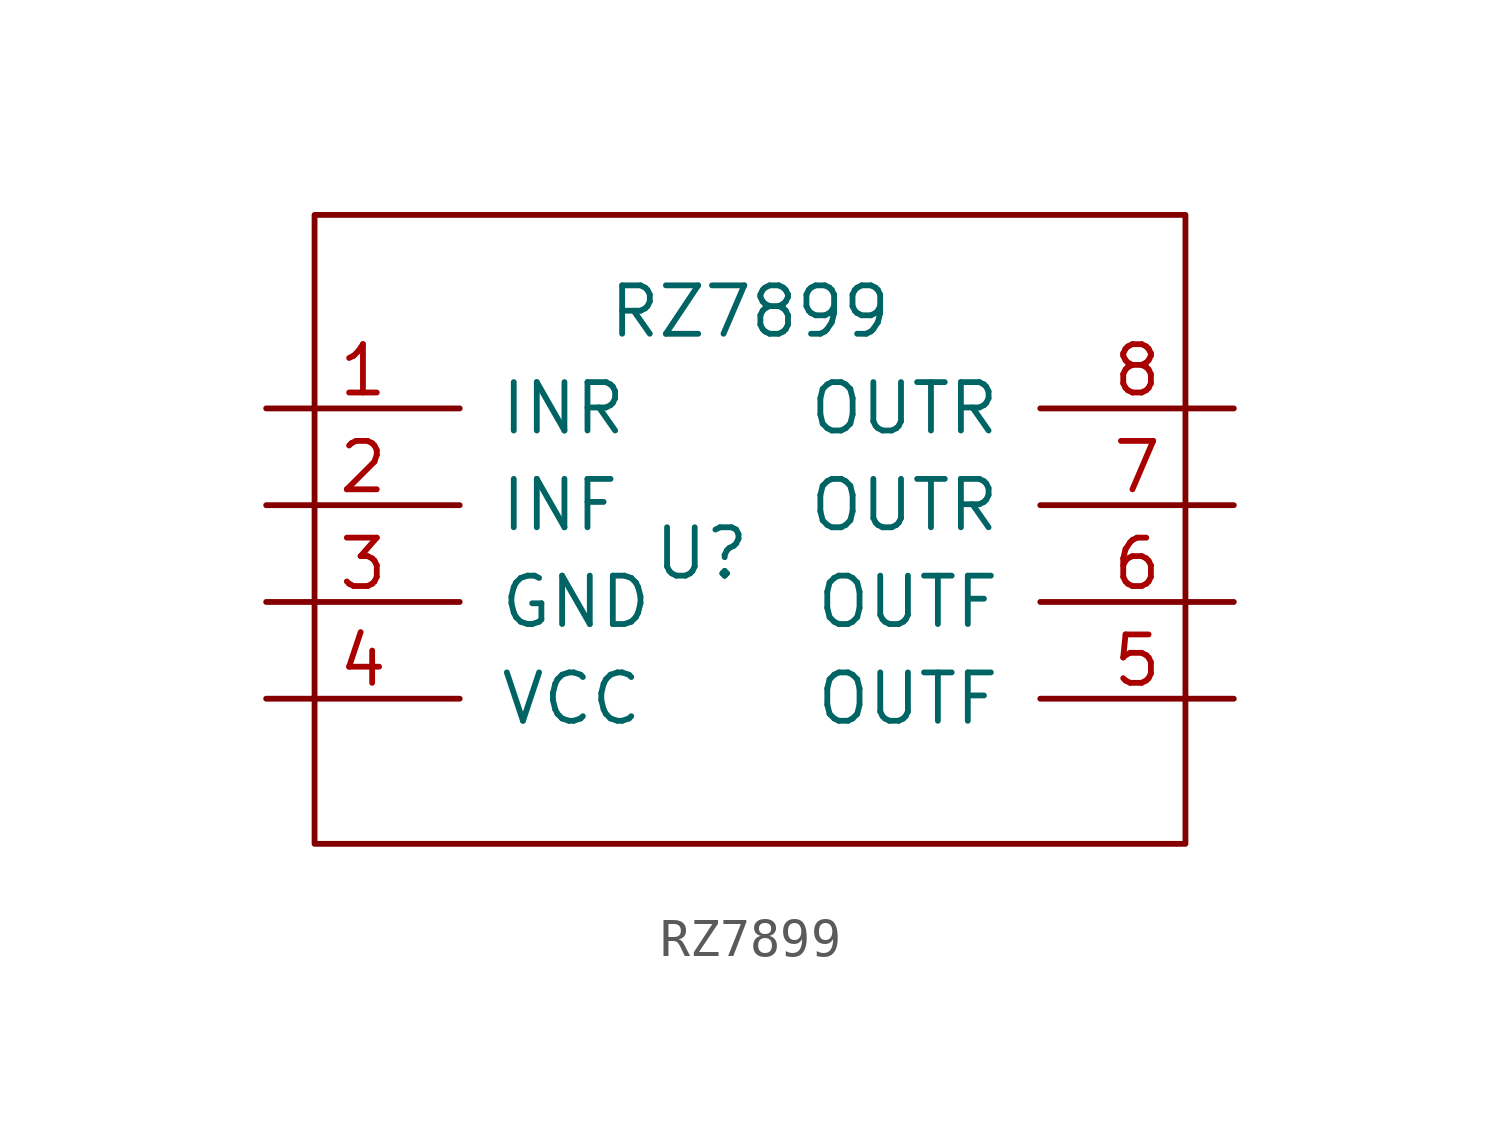
<source format=kicad_sym>
(kicad_symbol_lib
  (version 20201005)
  (generator kicad_symbol_editor)
  (symbol "RZ7899"
    (pin_names
      (offset 1.016))
    (property "Reference" "U"
      (at -3.81 -3.81 0)
      (effects (font (size 1.27 1.27))))
    (property "Value" "RZ7899"
      (at -2.54 2.54 0)
      (effects (font (size 1.27 1.27))))
    (symbol "RZ7899_0_1"
      (rectangle (start 8.89 5.08) (end -13.97 -11.43) (stroke (width 0)) (fill (type none))))
    (symbol "RZ7899_1_1"
      (pin input line (at -15.24 0 0) (length 5.08) (name "INR" (effects (font (size 1.27 1.27)))) (number "1" (effects (font (size 1.27 1.27)))))
      (pin input line (at -15.24 -2.54 0) (length 5.08) (name "INF" (effects (font (size 1.27 1.27)))) (number "2" (effects (font (size 1.27 1.27)))))
      (pin power_in line (at -15.24 -5.08 0) (length 5.08) (name "GND" (effects (font (size 1.27 1.27)))) (number "3" (effects (font (size 1.27 1.27)))))
      (pin power_in line (at -15.24 -7.62 0) (length 5.08) (name "VCC" (effects (font (size 1.27 1.27)))) (number "4" (effects (font (size 1.27 1.27)))))
      (pin output line (at 10.16 -7.62 180) (length 5.08) (name "OUTF" (effects (font (size 1.27 1.27)))) (number "5" (effects (font (size 1.27 1.27)))))
      (pin passive line (at 10.16 -5.08 180) (length 5.08) (name "OUTF" (effects (font (size 1.27 1.27)))) (number "6" (effects (font (size 1.27 1.27)))))
      (pin output line (at 10.16 -2.54 180) (length 5.08) (name "OUTR" (effects (font (size 1.27 1.27)))) (number "7" (effects (font (size 1.27 1.27)))))
      (pin passive line (at 10.16 0 180) (length 5.08) (name "OUTR" (effects (font (size 1.27 1.27)))) (number "8" (effects (font (size 1.27 1.27))))))))
</source>
